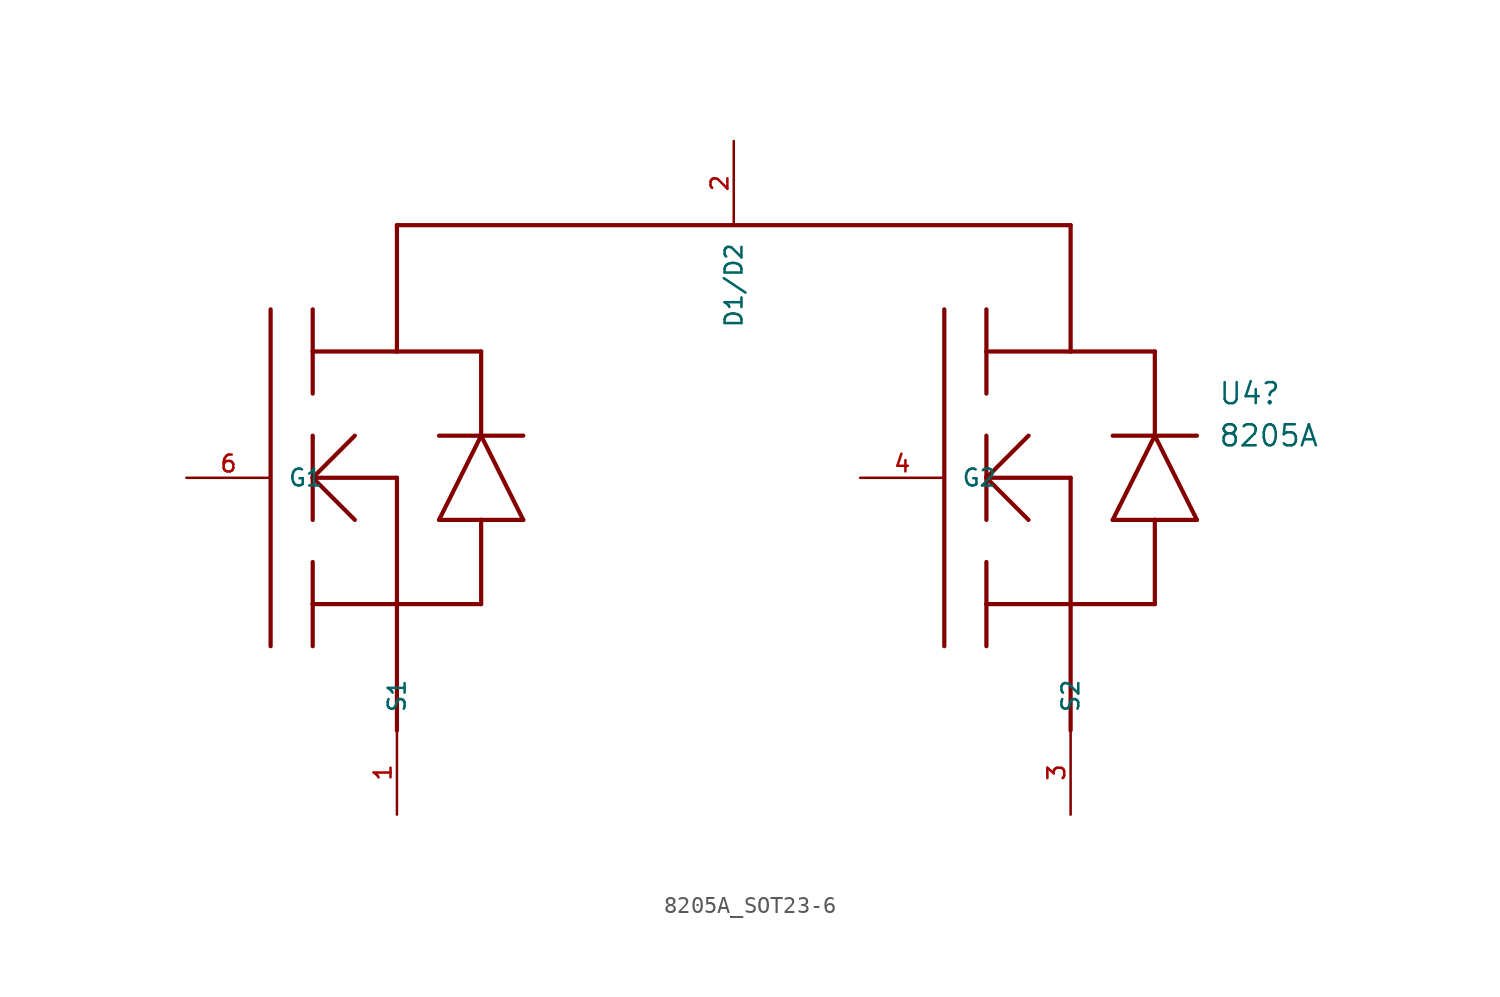
<source format=kicad_sym>
(kicad_symbol_lib
  (version 20220914)
  (generator kicad_symbol_editor)
  (symbol "8205A_SOT23-6"
    (pin_names
      (offset 1.016))
    (property "Reference" "U4"
      (at 31.75 7.62 0)
      (effects (font (size 1.27 1.27)) (justify left)))
    (property "Value" "8205A"
      (at 31.75 5.08 0)
      (effects (font (size 1.27 1.27)) (justify left)))
    (symbol "8205A_SOT23-6_0_0"
      (polyline (pts (xy -25.4 12.7) (xy -25.4 -7.62)) (stroke (width 0.254) (type default)) (fill (type none)))
      (polyline (pts (xy -22.86 -7.62) (xy -22.86 -5.08)) (stroke (width 0.254) (type default)) (fill (type none)))
      (polyline (pts (xy -22.86 -5.08) (xy -22.86 -2.54)) (stroke (width 0.254) (type default)) (fill (type none)))
      (polyline (pts (xy -22.86 -5.08) (xy -17.78 -5.08)) (stroke (width 0.254) (type default)) (fill (type none)))
      (polyline (pts (xy -22.86 0) (xy -22.86 2.54)) (stroke (width 0.254) (type default)) (fill (type none)))
      (polyline (pts (xy -22.86 2.54) (xy -22.86 5.08)) (stroke (width 0.254) (type default)) (fill (type none)))
      (polyline (pts (xy -22.86 2.54) (xy -20.32 0)) (stroke (width 0.254) (type default)) (fill (type none)))
      (polyline (pts (xy -22.86 2.54) (xy -20.32 5.08)) (stroke (width 0.254) (type default)) (fill (type none)))
      (polyline (pts (xy -22.86 7.62) (xy -22.86 10.16)) (stroke (width 0.254) (type default)) (fill (type none)))
      (polyline (pts (xy -22.86 10.16) (xy -22.86 12.7)) (stroke (width 0.254) (type default)) (fill (type none)))
      (polyline (pts (xy -22.86 10.16) (xy -17.78 10.16)) (stroke (width 0.254) (type default)) (fill (type none)))
      (polyline (pts (xy -17.78 -5.08) (xy -17.78 -12.7)) (stroke (width 0.254) (type default)) (fill (type none)))
      (polyline (pts (xy -17.78 -5.08) (xy -17.78 2.54)) (stroke (width 0.254) (type default)) (fill (type none)))
      (polyline (pts (xy -17.78 -5.08) (xy -12.7 -5.08)) (stroke (width 0.254) (type default)) (fill (type none)))
      (polyline (pts (xy -17.78 2.54) (xy -22.86 2.54)) (stroke (width 0.254) (type default)) (fill (type none)))
      (polyline (pts (xy -17.78 10.16) (xy -17.78 17.78)) (stroke (width 0.254) (type default)) (fill (type none)))
      (polyline (pts (xy -17.78 10.16) (xy -12.7 10.16)) (stroke (width 0.254) (type default)) (fill (type none)))
      (polyline (pts (xy -17.78 17.78) (xy 22.86 17.78)) (stroke (width 0.254) (type default)) (fill (type none)))
      (polyline (pts (xy -15.24 0) (xy -12.7 0)) (stroke (width 0.254) (type default)) (fill (type none)))
      (polyline (pts (xy -15.24 5.08) (xy -12.7 5.08)) (stroke (width 0.254) (type default)) (fill (type none)))
      (polyline (pts (xy -12.7 -5.08) (xy -12.7 0)) (stroke (width 0.254) (type default)) (fill (type none)))
      (polyline (pts (xy -12.7 0) (xy -10.16 0)) (stroke (width 0.254) (type default)) (fill (type none)))
      (polyline (pts (xy -12.7 5.08) (xy -15.24 0)) (stroke (width 0.254) (type default)) (fill (type none)))
      (polyline (pts (xy -12.7 5.08) (xy -10.16 5.08)) (stroke (width 0.254) (type default)) (fill (type none)))
      (polyline (pts (xy -12.7 10.16) (xy -12.7 5.08)) (stroke (width 0.254) (type default)) (fill (type none)))
      (polyline (pts (xy -10.16 0) (xy -12.7 5.08)) (stroke (width 0.254) (type default)) (fill (type none)))
      (polyline (pts (xy 15.24 12.7) (xy 15.24 -7.62)) (stroke (width 0.254) (type default)) (fill (type none)))
      (polyline (pts (xy 17.78 -7.62) (xy 17.78 -5.08)) (stroke (width 0.254) (type default)) (fill (type none)))
      (polyline (pts (xy 17.78 -5.08) (xy 17.78 -2.54)) (stroke (width 0.254) (type default)) (fill (type none)))
      (polyline (pts (xy 17.78 -5.08) (xy 22.86 -5.08)) (stroke (width 0.254) (type default)) (fill (type none)))
      (polyline (pts (xy 17.78 0) (xy 17.78 2.54)) (stroke (width 0.254) (type default)) (fill (type none)))
      (polyline (pts (xy 17.78 2.54) (xy 17.78 5.08)) (stroke (width 0.254) (type default)) (fill (type none)))
      (polyline (pts (xy 17.78 2.54) (xy 20.32 0)) (stroke (width 0.254) (type default)) (fill (type none)))
      (polyline (pts (xy 17.78 2.54) (xy 20.32 5.08)) (stroke (width 0.254) (type default)) (fill (type none)))
      (polyline (pts (xy 17.78 7.62) (xy 17.78 10.16)) (stroke (width 0.254) (type default)) (fill (type none)))
      (polyline (pts (xy 17.78 10.16) (xy 17.78 12.7)) (stroke (width 0.254) (type default)) (fill (type none)))
      (polyline (pts (xy 17.78 10.16) (xy 22.86 10.16)) (stroke (width 0.254) (type default)) (fill (type none)))
      (polyline (pts (xy 22.86 -5.08) (xy 22.86 -12.7)) (stroke (width 0.254) (type default)) (fill (type none)))
      (polyline (pts (xy 22.86 -5.08) (xy 22.86 2.54)) (stroke (width 0.254) (type default)) (fill (type none)))
      (polyline (pts (xy 22.86 -5.08) (xy 27.94 -5.08)) (stroke (width 0.254) (type default)) (fill (type none)))
      (polyline (pts (xy 22.86 2.54) (xy 17.78 2.54)) (stroke (width 0.254) (type default)) (fill (type none)))
      (polyline (pts (xy 22.86 10.16) (xy 22.86 17.78)) (stroke (width 0.254) (type default)) (fill (type none)))
      (polyline (pts (xy 22.86 10.16) (xy 27.94 10.16)) (stroke (width 0.254) (type default)) (fill (type none)))
      (polyline (pts (xy 25.4 0) (xy 27.94 0)) (stroke (width 0.254) (type default)) (fill (type none)))
      (polyline (pts (xy 25.4 5.08) (xy 27.94 5.08)) (stroke (width 0.254) (type default)) (fill (type none)))
      (polyline (pts (xy 27.94 -5.08) (xy 27.94 0)) (stroke (width 0.254) (type default)) (fill (type none)))
      (polyline (pts (xy 27.94 0) (xy 30.48 0)) (stroke (width 0.254) (type default)) (fill (type none)))
      (polyline (pts (xy 27.94 5.08) (xy 25.4 0)) (stroke (width 0.254) (type default)) (fill (type none)))
      (polyline (pts (xy 27.94 5.08) (xy 30.48 5.08)) (stroke (width 0.254) (type default)) (fill (type none)))
      (polyline (pts (xy 27.94 10.16) (xy 27.94 5.08)) (stroke (width 0.254) (type default)) (fill (type none)))
      (polyline (pts (xy 30.48 0) (xy 27.94 5.08)) (stroke (width 0.254) (type default)) (fill (type none))))
    (symbol "8205A_SOT23-6_1_0"
      (pin bidirectional line (at -17.78 -17.78 90) (length 5.08) (name "S1" (effects (font (size 1.016 1.016)))) (number "1" (effects (font (size 1.016 1.016)))))
      (pin bidirectional line (at 2.54 22.86 270) (length 5.08) (name "D1/D2" (effects (font (size 1.016 1.016)))) (number "2" (effects (font (size 1.016 1.016)))))
      (pin bidirectional line (at 22.86 -17.78 90) (length 5.08) (name "S2" (effects (font (size 1.016 1.016)))) (number "3" (effects (font (size 1.016 1.016)))))
      (pin bidirectional line (at 10.16 2.54 0) (length 5.08) (name "G2" (effects (font (size 1.016 1.016)))) (number "4" (effects (font (size 1.016 1.016)))))
      (pin no_connect non_logic (at 1.27 -10.16 90) (length 5.08) hide (name "NC" (effects (font (size 1.016 1.016)))) (number "5" (effects (font (size 1.016 1.016)))))
      (pin bidirectional line (at -30.48 2.54 0) (length 5.08) (name "G1" (effects (font (size 1.016 1.016)))) (number "6" (effects (font (size 1.016 1.016))))))))
</source>
